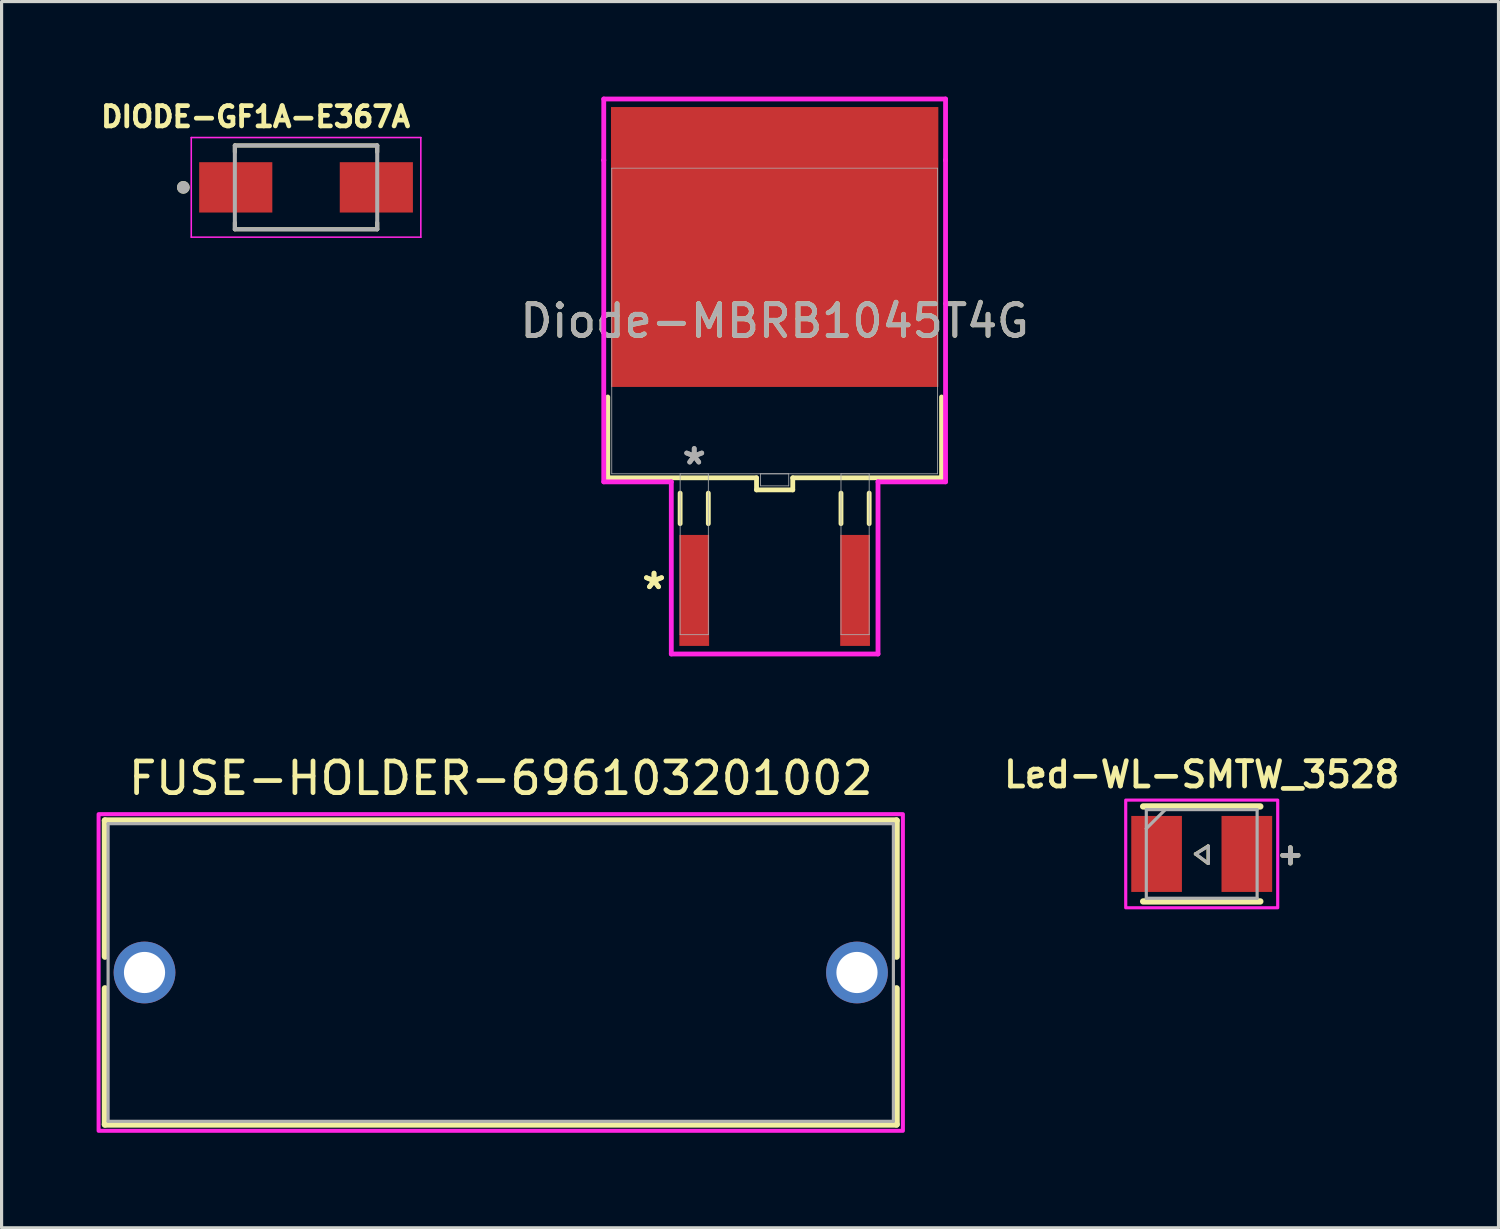
<source format=kicad_pcb>
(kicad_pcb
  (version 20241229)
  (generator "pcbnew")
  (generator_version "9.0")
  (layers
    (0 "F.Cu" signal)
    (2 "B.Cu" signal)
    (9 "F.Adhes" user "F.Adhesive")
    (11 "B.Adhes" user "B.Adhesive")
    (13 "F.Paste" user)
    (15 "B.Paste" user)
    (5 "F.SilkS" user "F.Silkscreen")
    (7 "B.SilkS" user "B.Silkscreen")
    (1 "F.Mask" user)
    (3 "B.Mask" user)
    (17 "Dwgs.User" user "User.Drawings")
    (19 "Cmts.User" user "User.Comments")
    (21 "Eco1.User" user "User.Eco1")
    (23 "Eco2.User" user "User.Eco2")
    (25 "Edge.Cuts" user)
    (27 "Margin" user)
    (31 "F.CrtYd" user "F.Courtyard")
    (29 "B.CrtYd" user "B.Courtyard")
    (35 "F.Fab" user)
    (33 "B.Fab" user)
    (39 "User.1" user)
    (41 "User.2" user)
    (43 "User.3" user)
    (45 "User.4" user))
  (footprint "Led-WL-SMTW_3528"
    (layer "F.Cu")
    (at 34.901 23.918)
    (property "Reference" "Led-WL-SMTW_3528" (at 0 -2.508 0) (layer "F.SilkS") (effects (font (size 0.8 0.8) (thickness 0.15))))
    (attr smd)
    (fp_line (start -1.85 -1.5) (end 1.85 -1.5) (stroke (width 0.2) (type solid)) (layer "F.SilkS"))
    (fp_line (start -0.2 0) (end 0.2 -0.25) (stroke (width 0.1) (type solid)) (layer "F.SilkS"))
    (fp_line (start 0.2 -0.25) (end 0.2 0.3) (stroke (width 0.1) (type solid)) (layer "F.SilkS"))
    (fp_line (start 0.2 0.3) (end -0.2 0) (stroke (width 0.1) (type solid)) (layer "F.SilkS"))
    (fp_line (start 1.85 1.5) (end -1.85 1.5) (stroke (width 0.2) (type solid)) (layer "F.SilkS"))
    (fp_poly (pts (xy 2.4 -1.7) (xy 2.4 1.7) (xy -2.4 1.7) (xy -2.4 -1.7)) (stroke (width 0.1) (type solid)) (fill no) (layer "F.CrtYd"))
    (fp_line (start -1.75 -1.4) (end -1.15 -1.4) (stroke (width 0.1) (type solid)) (layer "F.Fab"))
    (fp_line (start -1.75 -0.8) (end -1.75 -1.4) (stroke (width 0.1) (type solid)) (layer "F.Fab"))
    (fp_line (start -1.75 -0.8) (end -1.15 -1.4) (stroke (width 0.1) (type solid)) (layer "F.Fab"))
    (fp_line (start -1.75 1.4) (end -1.75 -0.8) (stroke (width 0.1) (type solid)) (layer "F.Fab"))
    (fp_line (start -1.15 -1.4) (end 1.75 -1.4) (stroke (width 0.1) (type solid)) (layer "F.Fab"))
    (fp_line (start -0.19 0) (end 0.21 -0.25) (stroke (width 0.1) (type solid)) (layer "F.Fab"))
    (fp_line (start 0.21 -0.25) (end 0.21 0.3) (stroke (width 0.1) (type solid)) (layer "F.Fab"))
    (fp_line (start 0.21 0.3) (end -0.19 0) (stroke (width 0.1) (type solid)) (layer "F.Fab"))
    (fp_line (start 1.75 -1.4) (end 1.75 1.4) (stroke (width 0.1) (type solid)) (layer "F.Fab"))
    (fp_line (start 1.75 1.4) (end -1.75 1.4) (stroke (width 0.1) (type solid)) (layer "F.Fab"))
    (fp_text user "+" (at 2.8 0 0) (layer "F.SilkS") (effects (font (size 0.64 0.64) (thickness 0.15))))
    (fp_text user "+" (at 2.8 0 0) (layer "F.Fab") (effects (font (size 0.64 0.64) (thickness 0.15))))
    (pad "1" smd rect (at -1.425 0) (size 1.6 2.4) (layers "F.Cu" "F.Mask" "F.Paste"))
    (pad "2" smd rect (at 1.425 0) (size 1.6 2.4) (layers "F.Cu" "F.Mask" "F.Paste")))
  (footprint "Diode-MBRB1045T4G"
    (layer "F.Cu")
    (at 21.414 7.087)
    (property "Reference" "Diode-MBRB1045T4G" (at 0 0 0) (unlocked yes) (layer "F.SilkS") (effects (font (size 1 1) (thickness 0.15))))
    (attr smd)
    (fp_line (start -5.271 2.4) (end -5.271 4.953) (stroke (width 0.152) (type solid)) (layer "F.SilkS"))
    (fp_line (start -5.271 4.953) (end -0.572 4.953) (stroke (width 0.152) (type solid)) (layer "F.SilkS"))
    (fp_line (start -2.985 5.436) (end -2.985 6.401) (stroke (width 0.152) (type solid)) (layer "F.SilkS"))
    (fp_line (start -2.095 5.436) (end -2.095 6.401) (stroke (width 0.152) (type solid)) (layer "F.SilkS"))
    (fp_line (start -0.572 4.953) (end -0.572 5.334) (stroke (width 0.152) (type solid)) (layer "F.SilkS"))
    (fp_line (start -0.572 5.334) (end 0.572 5.334) (stroke (width 0.152) (type solid)) (layer "F.SilkS"))
    (fp_line (start 0.572 4.953) (end 5.271 4.953) (stroke (width 0.152) (type solid)) (layer "F.SilkS"))
    (fp_line (start 0.572 5.334) (end 0.572 4.953) (stroke (width 0.152) (type solid)) (layer "F.SilkS"))
    (fp_line (start 2.095 5.436) (end 2.095 6.401) (stroke (width 0.152) (type solid)) (layer "F.SilkS"))
    (fp_line (start 2.985 5.436) (end 2.985 6.401) (stroke (width 0.152) (type solid)) (layer "F.SilkS"))
    (fp_line (start 5.271 4.953) (end 5.271 2.4) (stroke (width 0.152) (type solid)) (layer "F.SilkS"))
    (fp_line (start -5.397 -7.01) (end 5.397 -7.01) (stroke (width 0.152) (type solid)) (layer "F.CrtYd"))
    (fp_line (start -5.397 -5.08) (end -5.397 -7.01) (stroke (width 0.152) (type solid)) (layer "F.CrtYd"))
    (fp_line (start -5.397 -5.08) (end -5.397 -5.08) (stroke (width 0.152) (type solid)) (layer "F.CrtYd"))
    (fp_line (start -5.397 5.08) (end -5.397 -5.08) (stroke (width 0.152) (type solid)) (layer "F.CrtYd"))
    (fp_line (start -3.264 5.08) (end -5.397 5.08) (stroke (width 0.152) (type solid)) (layer "F.CrtYd"))
    (fp_line (start -3.264 10.516) (end -3.264 5.08) (stroke (width 0.152) (type solid)) (layer "F.CrtYd"))
    (fp_line (start 3.264 5.08) (end 3.264 10.516) (stroke (width 0.152) (type solid)) (layer "F.CrtYd"))
    (fp_line (start 3.264 10.516) (end -3.264 10.516) (stroke (width 0.152) (type solid)) (layer "F.CrtYd"))
    (fp_line (start 5.397 -7.01) (end 5.397 -5.08) (stroke (width 0.152) (type solid)) (layer "F.CrtYd"))
    (fp_line (start 5.397 -5.08) (end 5.397 -5.08) (stroke (width 0.152) (type solid)) (layer "F.CrtYd"))
    (fp_line (start 5.397 -5.08) (end 5.397 5.08) (stroke (width 0.152) (type solid)) (layer "F.CrtYd"))
    (fp_line (start 5.397 5.08) (end 3.264 5.08) (stroke (width 0.152) (type solid)) (layer "F.CrtYd"))
    (fp_line (start -5.144 -4.826) (end -5.144 4.826) (stroke (width 0.025) (type solid)) (layer "F.Fab"))
    (fp_line (start -5.144 4.826) (end 5.144 4.826) (stroke (width 0.025) (type solid)) (layer "F.Fab"))
    (fp_line (start -2.985 4.826) (end -2.985 9.906) (stroke (width 0.025) (type solid)) (layer "F.Fab"))
    (fp_line (start -2.985 9.906) (end -2.095 9.906) (stroke (width 0.025) (type solid)) (layer "F.Fab"))
    (fp_line (start -2.095 4.826) (end -2.985 4.826) (stroke (width 0.025) (type solid)) (layer "F.Fab"))
    (fp_line (start -2.095 9.906) (end -2.095 4.826) (stroke (width 0.025) (type solid)) (layer "F.Fab"))
    (fp_line (start -0.445 4.826) (end -0.445 5.207) (stroke (width 0.025) (type solid)) (layer "F.Fab"))
    (fp_line (start -0.445 5.207) (end 0.445 5.207) (stroke (width 0.025) (type solid)) (layer "F.Fab"))
    (fp_line (start 0.445 4.826) (end -0.445 4.826) (stroke (width 0.025) (type solid)) (layer "F.Fab"))
    (fp_line (start 0.445 5.207) (end 0.445 4.826) (stroke (width 0.025) (type solid)) (layer "F.Fab"))
    (fp_line (start 2.095 4.826) (end 2.095 9.906) (stroke (width 0.025) (type solid)) (layer "F.Fab"))
    (fp_line (start 2.095 9.906) (end 2.985 9.906) (stroke (width 0.025) (type solid)) (layer "F.Fab"))
    (fp_line (start 2.985 4.826) (end 2.095 4.826) (stroke (width 0.025) (type solid)) (layer "F.Fab"))
    (fp_line (start 2.985 9.906) (end 2.985 4.826) (stroke (width 0.025) (type solid)) (layer "F.Fab"))
    (fp_line (start 5.144 -4.826) (end -5.144 -4.826) (stroke (width 0.025) (type solid)) (layer "F.Fab"))
    (fp_line (start 5.144 4.826) (end 5.144 -4.826) (stroke (width 0.025) (type solid)) (layer "F.Fab"))
    (fp_text user "*" (at -3.81 8.509 0) (unlocked yes) (layer "F.SilkS") (effects (font (size 1 1) (thickness 0.15))))
    (fp_text user "*" (at -3.81 8.509 0) (layer "F.SilkS") (effects (font (size 1 1) (thickness 0.15))))
    (fp_text user "${REFERENCE}" (at 0 0 0) (unlocked yes) (layer "F.Fab") (effects (font (size 1 1) (thickness 0.15))))
    (fp_text user "*" (at -2.54 4.572 0) (unlocked yes) (layer "F.Fab") (effects (font (size 1 1) (thickness 0.15))))
    (fp_text user "*" (at -2.54 4.572 0) (layer "F.Fab") (effects (font (size 1 1) (thickness 0.15))))
    (pad "1" smd rect (at -2.54 8.509) (size 0.94 3.505) (layers "F.Cu" "F.Mask" "F.Paste"))
    (pad "2" smd rect (at 0 -2.337) (size 10.338 8.839) (layers "F.Cu" "F.Mask" "F.Paste"))
    (pad "3" smd rect (at 2.54 8.509) (size 0.94 3.505) (layers "F.Cu" "F.Mask" "F.Paste")))
  (footprint "FUSE-HOLDER-696103201002"
    (layer "F.Cu")
    (at 12.764 27.662)
    (property "Reference" "FUSE-HOLDER-696103201002" (at 0 -6.135 0) (layer "F.SilkS") (effects (font (size 1 1) (thickness 0.15))))
    (attr through_hole)
    (fp_line (start -12.5 -4.8) (end -12.5 -0.5) (stroke (width 0.2) (type solid)) (layer "F.SilkS"))
    (fp_line (start -12.5 -4.8) (end 12.5 -4.8) (stroke (width 0.2) (type solid)) (layer "F.SilkS"))
    (fp_line (start -12.5 4.8) (end -12.5 0.5) (stroke (width 0.2) (type solid)) (layer "F.SilkS"))
    (fp_line (start 12.5 -4.8) (end 12.5 -0.5) (stroke (width 0.2) (type solid)) (layer "F.SilkS"))
    (fp_line (start 12.5 4.8) (end -12.5 4.8) (stroke (width 0.2) (type solid)) (layer "F.SilkS"))
    (fp_line (start 12.5 4.8) (end 12.5 0.5) (stroke (width 0.2) (type solid)) (layer "F.SilkS"))
    (fp_poly (pts (xy -12.7 -5) (xy 12.7 -5) (xy 12.7 5) (xy -12.7 5)) (stroke (width 0.127) (type solid)) (fill no) (layer "F.CrtYd"))
    (fp_line (start -12.4 -4.7) (end 12.4 -4.7) (stroke (width 0.1) (type solid)) (layer "F.Fab"))
    (fp_line (start -12.4 4.7) (end -12.4 -4.7) (stroke (width 0.1) (type solid)) (layer "F.Fab"))
    (fp_line (start 12.4 -4.7) (end 12.4 4.7) (stroke (width 0.1) (type solid)) (layer "F.Fab"))
    (fp_line (start 12.4 4.7) (end -12.4 4.7) (stroke (width 0.1) (type solid)) (layer "F.Fab"))
    (pad "1" thru_hole circle (at -11.25 0) (size 1.95 1.95) (drill 1.3) (layers "*.Cu" "*.Mask"))
    (pad "2" thru_hole circle (at 11.25 0) (size 1.95 1.95) (drill 1.3) (layers "*.Cu" "*.Mask")))
  (footprint "DIODE-GF1A-E367A"
    (layer "F.Cu")
    (at 6.615 2.867)
    (property "Reference" "DIODE-GF1A-E367A" (at -1.593 -2.229 0) (layer "F.SilkS") (effects (font (size 0.64 0.64) (thickness 0.15))))
    (attr smd)
    (fp_line (start -2.248 -1.323) (end -2.248 -1.115) (stroke (width 0.127) (type solid)) (layer "F.SilkS"))
    (fp_line (start -2.248 -1.323) (end 2.248 -1.323) (stroke (width 0.127) (type solid)) (layer "F.SilkS"))
    (fp_line (start -2.248 1.323) (end -2.248 1.115) (stroke (width 0.127) (type solid)) (layer "F.SilkS"))
    (fp_line (start -2.248 1.323) (end 2.248 1.323) (stroke (width 0.127) (type solid)) (layer "F.SilkS"))
    (fp_line (start 2.248 -1.323) (end 2.248 -1.115) (stroke (width 0.127) (type solid)) (layer "F.SilkS"))
    (fp_line (start 2.248 1.323) (end 2.248 1.115) (stroke (width 0.127) (type solid)) (layer "F.SilkS"))
    (fp_circle (center -3.875 0) (end -3.775 0) (stroke (width 0.2) (type solid)) (fill no) (layer "F.SilkS"))
    (fp_line (start -3.625 -1.573) (end -3.625 1.573) (stroke (width 0.05) (type solid)) (layer "F.CrtYd"))
    (fp_line (start -3.625 1.573) (end 3.625 1.573) (stroke (width 0.05) (type solid)) (layer "F.CrtYd"))
    (fp_line (start 3.625 -1.573) (end -3.625 -1.573) (stroke (width 0.05) (type solid)) (layer "F.CrtYd"))
    (fp_line (start 3.625 1.573) (end 3.625 -1.573) (stroke (width 0.05) (type solid)) (layer "F.CrtYd"))
    (fp_line (start -2.248 -1.323) (end -2.248 1.323) (stroke (width 0.127) (type solid)) (layer "F.Fab"))
    (fp_line (start -2.248 -1.323) (end 2.248 -1.323) (stroke (width 0.127) (type solid)) (layer "F.Fab"))
    (fp_line (start -2.248 1.323) (end 2.248 1.323) (stroke (width 0.127) (type solid)) (layer "F.Fab"))
    (fp_line (start 2.248 -1.323) (end 2.248 1.323) (stroke (width 0.127) (type solid)) (layer "F.Fab"))
    (fp_circle (center -3.875 0) (end -3.775 0) (stroke (width 0.2) (type solid)) (fill no) (layer "F.Fab"))
    (pad "1" smd rect (at -2.22 0) (size 2.31 1.59) (layers "F.Cu" "F.Mask" "F.Paste"))
    (pad "2" smd rect (at 2.22 0) (size 2.31 1.59) (layers "F.Cu" "F.Mask" "F.Paste")))
  (gr_rect
    (start -3 -3)
    (end 44.274 35.725)
    (stroke (width 0.1) (type default))
    (fill no)
    (layer "Edge.Cuts")))
</source>
